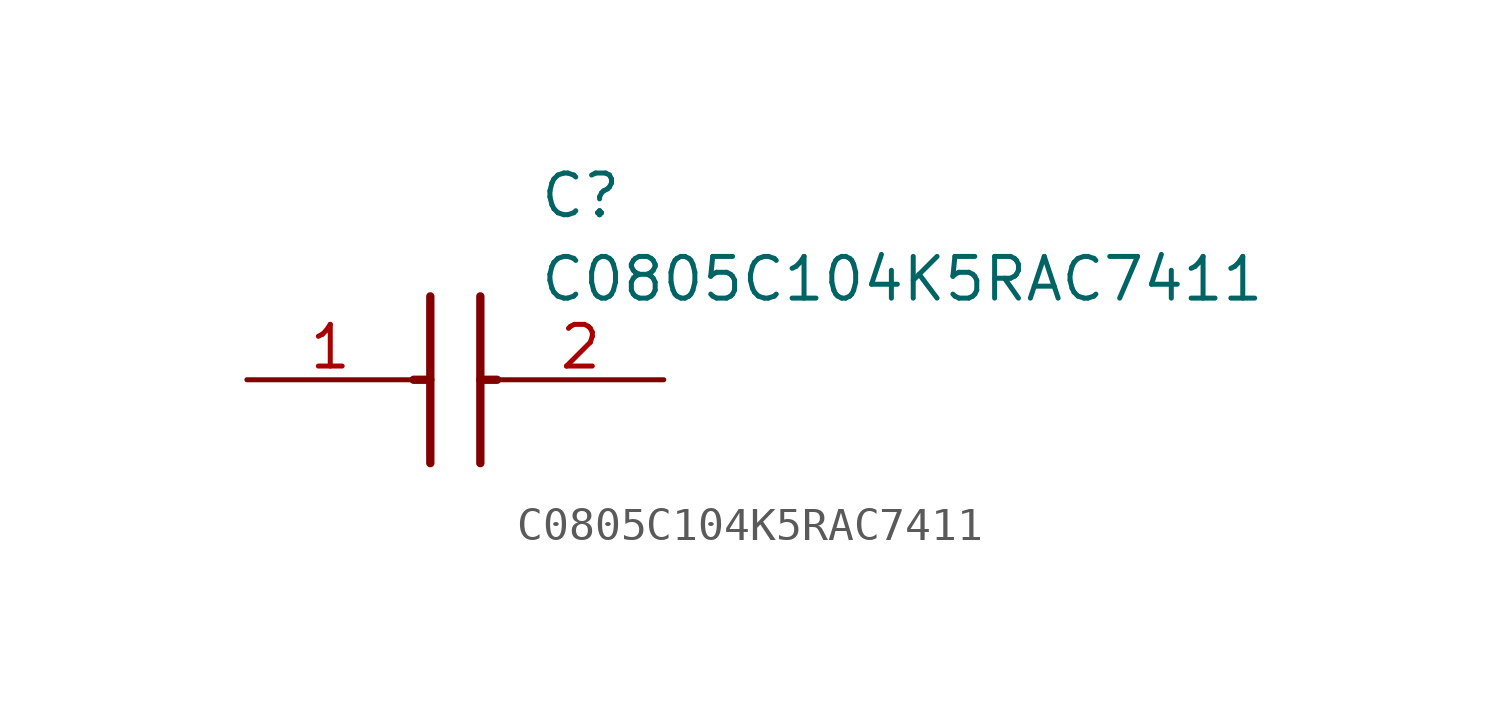
<source format=kicad_sym>
(kicad_symbol_lib
  (version 20211014)
  (generator SamacSys_ECAD_Model)
  (symbol "C0805C104K5RAC7411"
    (pin_names hide)
    (property "Reference" "C"
      (at 8.89 6.35 0)
      (effects (font (size 1.27 1.27)) (justify left top)))
    (property "Value" "C0805C104K5RAC7411"
      (at 8.89 3.81 0)
      (effects (font (size 1.27 1.27)) (justify left top)))
    (polyline
      (pts (xy 5.588 2.54) (xy 5.588 -2.54))
      (stroke (width 0.254) (type default))
      (fill (type none)))
    (polyline
      (pts (xy 7.112 2.54) (xy 7.112 -2.54))
      (stroke (width 0.254) (type default))
      (fill (type none)))
    (polyline
      (pts (xy 5.08 0) (xy 5.588 0))
      (stroke (width 0.254) (type default))
      (fill (type none)))
    (polyline
      (pts (xy 7.112 0) (xy 7.62 0))
      (stroke (width 0.254) (type default))
      (fill (type none)))
    (pin passive line
      (at 0 0 0)
      (length 5.08)
      (name "1" (effects (font (size 1.27 1.27))))
      (number "1" (effects (font (size 1.27 1.27)))))
    (pin passive line
      (at 12.7 0 180)
      (length 5.08)
      (name "2" (effects (font (size 1.27 1.27))))
      (number "2" (effects (font (size 1.27 1.27)))))))
</source>
